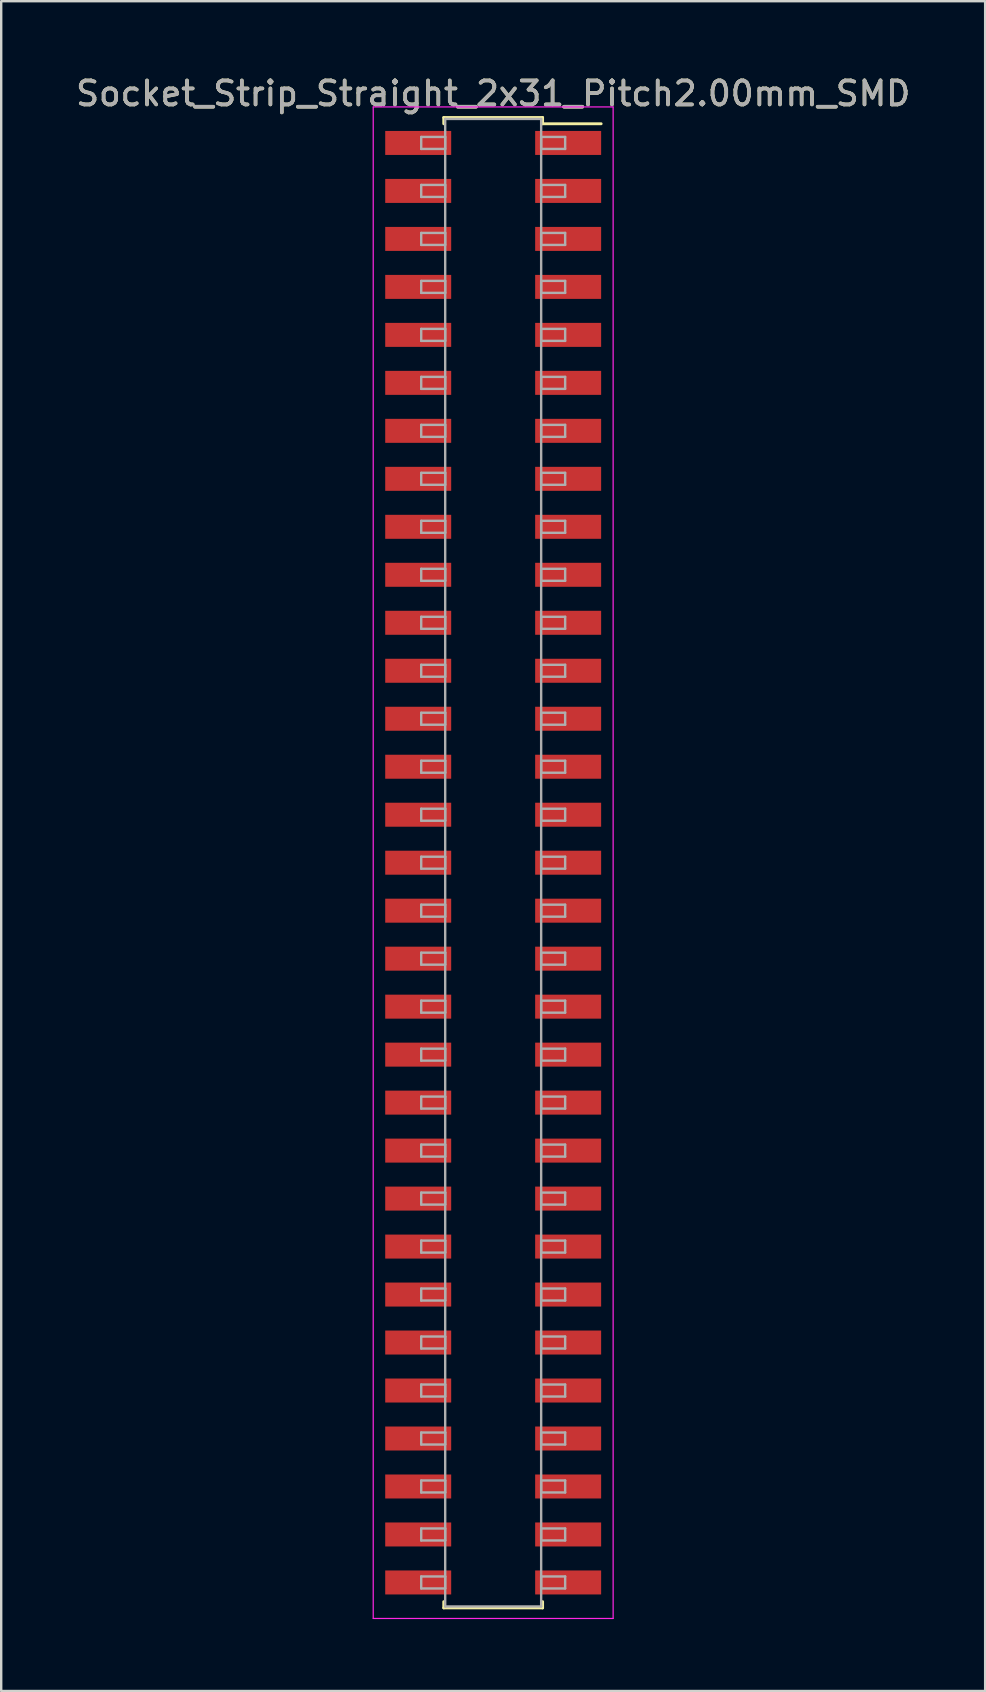
<source format=kicad_pcb>
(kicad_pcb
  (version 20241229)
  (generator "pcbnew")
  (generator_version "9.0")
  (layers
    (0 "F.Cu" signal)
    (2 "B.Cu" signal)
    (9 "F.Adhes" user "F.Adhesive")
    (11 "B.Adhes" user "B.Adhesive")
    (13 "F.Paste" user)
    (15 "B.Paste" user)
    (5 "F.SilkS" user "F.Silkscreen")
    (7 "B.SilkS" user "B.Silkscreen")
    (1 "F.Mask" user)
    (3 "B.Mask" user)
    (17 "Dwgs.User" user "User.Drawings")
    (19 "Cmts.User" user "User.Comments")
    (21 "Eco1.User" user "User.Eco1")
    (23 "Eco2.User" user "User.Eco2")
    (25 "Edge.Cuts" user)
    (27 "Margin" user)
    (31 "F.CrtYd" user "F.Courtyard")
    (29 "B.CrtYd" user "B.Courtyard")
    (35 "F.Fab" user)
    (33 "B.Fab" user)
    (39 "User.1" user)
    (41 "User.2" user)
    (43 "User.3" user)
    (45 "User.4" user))
  (footprint "Socket_Strip_Straight_2x31_Pitch2.00mm_SMD"
    (layer "F.Cu")
    (at 17.506 32.908)
    (property "Reference" "Socket_Strip_Straight_2x31_Pitch2.00mm_SMD" (at 0 -32.06 0) (layer "F.SilkS") (effects (font (size 1 1) (thickness 0.15))))
    (attr smd)
    (fp_line (start -2.06 -31.06) (end 2.06 -31.06) (stroke (width 0.12) (type solid)) (layer "F.SilkS"))
    (fp_line (start -2.06 -30.8) (end -2.06 -31.06) (stroke (width 0.12) (type solid)) (layer "F.SilkS"))
    (fp_line (start -2.06 30.8) (end -2.06 31.06) (stroke (width 0.12) (type solid)) (layer "F.SilkS"))
    (fp_line (start -2.06 31.06) (end 2.06 31.06) (stroke (width 0.12) (type solid)) (layer "F.SilkS"))
    (fp_line (start 2.06 -31.06) (end 2.06 -30.8) (stroke (width 0.12) (type solid)) (layer "F.SilkS"))
    (fp_line (start 2.06 31.06) (end 2.06 30.8) (stroke (width 0.12) (type solid)) (layer "F.SilkS"))
    (fp_line (start 4.5 -30.8) (end 2.06 -30.8) (stroke (width 0.12) (type solid)) (layer "F.SilkS"))
    (fp_line (start -5 -31.5) (end -5 31.5) (stroke (width 0.05) (type solid)) (layer "F.CrtYd"))
    (fp_line (start -5 31.5) (end 5 31.5) (stroke (width 0.05) (type solid)) (layer "F.CrtYd"))
    (fp_line (start 5 -31.5) (end -5 -31.5) (stroke (width 0.05) (type solid)) (layer "F.CrtYd"))
    (fp_line (start 5 31.5) (end 5 -31.5) (stroke (width 0.05) (type solid)) (layer "F.CrtYd"))
    (fp_line (start -3 -30.25) (end -2 -30.25) (stroke (width 0.1) (type solid)) (layer "F.Fab"))
    (fp_line (start -3 -29.75) (end -3 -30.25) (stroke (width 0.1) (type solid)) (layer "F.Fab"))
    (fp_line (start -3 -28.25) (end -2 -28.25) (stroke (width 0.1) (type solid)) (layer "F.Fab"))
    (fp_line (start -3 -27.75) (end -3 -28.25) (stroke (width 0.1) (type solid)) (layer "F.Fab"))
    (fp_line (start -3 -26.25) (end -2 -26.25) (stroke (width 0.1) (type solid)) (layer "F.Fab"))
    (fp_line (start -3 -25.75) (end -3 -26.25) (stroke (width 0.1) (type solid)) (layer "F.Fab"))
    (fp_line (start -3 -24.25) (end -2 -24.25) (stroke (width 0.1) (type solid)) (layer "F.Fab"))
    (fp_line (start -3 -23.75) (end -3 -24.25) (stroke (width 0.1) (type solid)) (layer "F.Fab"))
    (fp_line (start -3 -22.25) (end -2 -22.25) (stroke (width 0.1) (type solid)) (layer "F.Fab"))
    (fp_line (start -3 -21.75) (end -3 -22.25) (stroke (width 0.1) (type solid)) (layer "F.Fab"))
    (fp_line (start -3 -20.25) (end -2 -20.25) (stroke (width 0.1) (type solid)) (layer "F.Fab"))
    (fp_line (start -3 -19.75) (end -3 -20.25) (stroke (width 0.1) (type solid)) (layer "F.Fab"))
    (fp_line (start -3 -18.25) (end -2 -18.25) (stroke (width 0.1) (type solid)) (layer "F.Fab"))
    (fp_line (start -3 -17.75) (end -3 -18.25) (stroke (width 0.1) (type solid)) (layer "F.Fab"))
    (fp_line (start -3 -16.25) (end -2 -16.25) (stroke (width 0.1) (type solid)) (layer "F.Fab"))
    (fp_line (start -3 -15.75) (end -3 -16.25) (stroke (width 0.1) (type solid)) (layer "F.Fab"))
    (fp_line (start -3 -14.25) (end -2 -14.25) (stroke (width 0.1) (type solid)) (layer "F.Fab"))
    (fp_line (start -3 -13.75) (end -3 -14.25) (stroke (width 0.1) (type solid)) (layer "F.Fab"))
    (fp_line (start -3 -12.25) (end -2 -12.25) (stroke (width 0.1) (type solid)) (layer "F.Fab"))
    (fp_line (start -3 -11.75) (end -3 -12.25) (stroke (width 0.1) (type solid)) (layer "F.Fab"))
    (fp_line (start -3 -10.25) (end -2 -10.25) (stroke (width 0.1) (type solid)) (layer "F.Fab"))
    (fp_line (start -3 -9.75) (end -3 -10.25) (stroke (width 0.1) (type solid)) (layer "F.Fab"))
    (fp_line (start -3 -8.25) (end -2 -8.25) (stroke (width 0.1) (type solid)) (layer "F.Fab"))
    (fp_line (start -3 -7.75) (end -3 -8.25) (stroke (width 0.1) (type solid)) (layer "F.Fab"))
    (fp_line (start -3 -6.25) (end -2 -6.25) (stroke (width 0.1) (type solid)) (layer "F.Fab"))
    (fp_line (start -3 -5.75) (end -3 -6.25) (stroke (width 0.1) (type solid)) (layer "F.Fab"))
    (fp_line (start -3 -4.25) (end -2 -4.25) (stroke (width 0.1) (type solid)) (layer "F.Fab"))
    (fp_line (start -3 -3.75) (end -3 -4.25) (stroke (width 0.1) (type solid)) (layer "F.Fab"))
    (fp_line (start -3 -2.25) (end -2 -2.25) (stroke (width 0.1) (type solid)) (layer "F.Fab"))
    (fp_line (start -3 -1.75) (end -3 -2.25) (stroke (width 0.1) (type solid)) (layer "F.Fab"))
    (fp_line (start -3 -0.25) (end -2 -0.25) (stroke (width 0.1) (type solid)) (layer "F.Fab"))
    (fp_line (start -3 0.25) (end -3 -0.25) (stroke (width 0.1) (type solid)) (layer "F.Fab"))
    (fp_line (start -3 1.75) (end -2 1.75) (stroke (width 0.1) (type solid)) (layer "F.Fab"))
    (fp_line (start -3 2.25) (end -3 1.75) (stroke (width 0.1) (type solid)) (layer "F.Fab"))
    (fp_line (start -3 3.75) (end -2 3.75) (stroke (width 0.1) (type solid)) (layer "F.Fab"))
    (fp_line (start -3 4.25) (end -3 3.75) (stroke (width 0.1) (type solid)) (layer "F.Fab"))
    (fp_line (start -3 5.75) (end -2 5.75) (stroke (width 0.1) (type solid)) (layer "F.Fab"))
    (fp_line (start -3 6.25) (end -3 5.75) (stroke (width 0.1) (type solid)) (layer "F.Fab"))
    (fp_line (start -3 7.75) (end -2 7.75) (stroke (width 0.1) (type solid)) (layer "F.Fab"))
    (fp_line (start -3 8.25) (end -3 7.75) (stroke (width 0.1) (type solid)) (layer "F.Fab"))
    (fp_line (start -3 9.75) (end -2 9.75) (stroke (width 0.1) (type solid)) (layer "F.Fab"))
    (fp_line (start -3 10.25) (end -3 9.75) (stroke (width 0.1) (type solid)) (layer "F.Fab"))
    (fp_line (start -3 11.75) (end -2 11.75) (stroke (width 0.1) (type solid)) (layer "F.Fab"))
    (fp_line (start -3 12.25) (end -3 11.75) (stroke (width 0.1) (type solid)) (layer "F.Fab"))
    (fp_line (start -3 13.75) (end -2 13.75) (stroke (width 0.1) (type solid)) (layer "F.Fab"))
    (fp_line (start -3 14.25) (end -3 13.75) (stroke (width 0.1) (type solid)) (layer "F.Fab"))
    (fp_line (start -3 15.75) (end -2 15.75) (stroke (width 0.1) (type solid)) (layer "F.Fab"))
    (fp_line (start -3 16.25) (end -3 15.75) (stroke (width 0.1) (type solid)) (layer "F.Fab"))
    (fp_line (start -3 17.75) (end -2 17.75) (stroke (width 0.1) (type solid)) (layer "F.Fab"))
    (fp_line (start -3 18.25) (end -3 17.75) (stroke (width 0.1) (type solid)) (layer "F.Fab"))
    (fp_line (start -3 19.75) (end -2 19.75) (stroke (width 0.1) (type solid)) (layer "F.Fab"))
    (fp_line (start -3 20.25) (end -3 19.75) (stroke (width 0.1) (type solid)) (layer "F.Fab"))
    (fp_line (start -3 21.75) (end -2 21.75) (stroke (width 0.1) (type solid)) (layer "F.Fab"))
    (fp_line (start -3 22.25) (end -3 21.75) (stroke (width 0.1) (type solid)) (layer "F.Fab"))
    (fp_line (start -3 23.75) (end -2 23.75) (stroke (width 0.1) (type solid)) (layer "F.Fab"))
    (fp_line (start -3 24.25) (end -3 23.75) (stroke (width 0.1) (type solid)) (layer "F.Fab"))
    (fp_line (start -3 25.75) (end -2 25.75) (stroke (width 0.1) (type solid)) (layer "F.Fab"))
    (fp_line (start -3 26.25) (end -3 25.75) (stroke (width 0.1) (type solid)) (layer "F.Fab"))
    (fp_line (start -3 27.75) (end -2 27.75) (stroke (width 0.1) (type solid)) (layer "F.Fab"))
    (fp_line (start -3 28.25) (end -3 27.75) (stroke (width 0.1) (type solid)) (layer "F.Fab"))
    (fp_line (start -3 29.75) (end -2 29.75) (stroke (width 0.1) (type solid)) (layer "F.Fab"))
    (fp_line (start -3 30.25) (end -3 29.75) (stroke (width 0.1) (type solid)) (layer "F.Fab"))
    (fp_line (start -2 -31) (end -2 31) (stroke (width 0.1) (type solid)) (layer "F.Fab"))
    (fp_line (start -2 -30.25) (end -2 -29.75) (stroke (width 0.1) (type solid)) (layer "F.Fab"))
    (fp_line (start -2 -29.75) (end -3 -29.75) (stroke (width 0.1) (type solid)) (layer "F.Fab"))
    (fp_line (start -2 -28.25) (end -2 -27.75) (stroke (width 0.1) (type solid)) (layer "F.Fab"))
    (fp_line (start -2 -27.75) (end -3 -27.75) (stroke (width 0.1) (type solid)) (layer "F.Fab"))
    (fp_line (start -2 -26.25) (end -2 -25.75) (stroke (width 0.1) (type solid)) (layer "F.Fab"))
    (fp_line (start -2 -25.75) (end -3 -25.75) (stroke (width 0.1) (type solid)) (layer "F.Fab"))
    (fp_line (start -2 -24.25) (end -2 -23.75) (stroke (width 0.1) (type solid)) (layer "F.Fab"))
    (fp_line (start -2 -23.75) (end -3 -23.75) (stroke (width 0.1) (type solid)) (layer "F.Fab"))
    (fp_line (start -2 -22.25) (end -2 -21.75) (stroke (width 0.1) (type solid)) (layer "F.Fab"))
    (fp_line (start -2 -21.75) (end -3 -21.75) (stroke (width 0.1) (type solid)) (layer "F.Fab"))
    (fp_line (start -2 -20.25) (end -2 -19.75) (stroke (width 0.1) (type solid)) (layer "F.Fab"))
    (fp_line (start -2 -19.75) (end -3 -19.75) (stroke (width 0.1) (type solid)) (layer "F.Fab"))
    (fp_line (start -2 -18.25) (end -2 -17.75) (stroke (width 0.1) (type solid)) (layer "F.Fab"))
    (fp_line (start -2 -17.75) (end -3 -17.75) (stroke (width 0.1) (type solid)) (layer "F.Fab"))
    (fp_line (start -2 -16.25) (end -2 -15.75) (stroke (width 0.1) (type solid)) (layer "F.Fab"))
    (fp_line (start -2 -15.75) (end -3 -15.75) (stroke (width 0.1) (type solid)) (layer "F.Fab"))
    (fp_line (start -2 -14.25) (end -2 -13.75) (stroke (width 0.1) (type solid)) (layer "F.Fab"))
    (fp_line (start -2 -13.75) (end -3 -13.75) (stroke (width 0.1) (type solid)) (layer "F.Fab"))
    (fp_line (start -2 -12.25) (end -2 -11.75) (stroke (width 0.1) (type solid)) (layer "F.Fab"))
    (fp_line (start -2 -11.75) (end -3 -11.75) (stroke (width 0.1) (type solid)) (layer "F.Fab"))
    (fp_line (start -2 -10.25) (end -2 -9.75) (stroke (width 0.1) (type solid)) (layer "F.Fab"))
    (fp_line (start -2 -9.75) (end -3 -9.75) (stroke (width 0.1) (type solid)) (layer "F.Fab"))
    (fp_line (start -2 -8.25) (end -2 -7.75) (stroke (width 0.1) (type solid)) (layer "F.Fab"))
    (fp_line (start -2 -7.75) (end -3 -7.75) (stroke (width 0.1) (type solid)) (layer "F.Fab"))
    (fp_line (start -2 -6.25) (end -2 -5.75) (stroke (width 0.1) (type solid)) (layer "F.Fab"))
    (fp_line (start -2 -5.75) (end -3 -5.75) (stroke (width 0.1) (type solid)) (layer "F.Fab"))
    (fp_line (start -2 -4.25) (end -2 -3.75) (stroke (width 0.1) (type solid)) (layer "F.Fab"))
    (fp_line (start -2 -3.75) (end -3 -3.75) (stroke (width 0.1) (type solid)) (layer "F.Fab"))
    (fp_line (start -2 -2.25) (end -2 -1.75) (stroke (width 0.1) (type solid)) (layer "F.Fab"))
    (fp_line (start -2 -1.75) (end -3 -1.75) (stroke (width 0.1) (type solid)) (layer "F.Fab"))
    (fp_line (start -2 -0.25) (end -2 0.25) (stroke (width 0.1) (type solid)) (layer "F.Fab"))
    (fp_line (start -2 0.25) (end -3 0.25) (stroke (width 0.1) (type solid)) (layer "F.Fab"))
    (fp_line (start -2 1.75) (end -2 2.25) (stroke (width 0.1) (type solid)) (layer "F.Fab"))
    (fp_line (start -2 2.25) (end -3 2.25) (stroke (width 0.1) (type solid)) (layer "F.Fab"))
    (fp_line (start -2 3.75) (end -2 4.25) (stroke (width 0.1) (type solid)) (layer "F.Fab"))
    (fp_line (start -2 4.25) (end -3 4.25) (stroke (width 0.1) (type solid)) (layer "F.Fab"))
    (fp_line (start -2 5.75) (end -2 6.25) (stroke (width 0.1) (type solid)) (layer "F.Fab"))
    (fp_line (start -2 6.25) (end -3 6.25) (stroke (width 0.1) (type solid)) (layer "F.Fab"))
    (fp_line (start -2 7.75) (end -2 8.25) (stroke (width 0.1) (type solid)) (layer "F.Fab"))
    (fp_line (start -2 8.25) (end -3 8.25) (stroke (width 0.1) (type solid)) (layer "F.Fab"))
    (fp_line (start -2 9.75) (end -2 10.25) (stroke (width 0.1) (type solid)) (layer "F.Fab"))
    (fp_line (start -2 10.25) (end -3 10.25) (stroke (width 0.1) (type solid)) (layer "F.Fab"))
    (fp_line (start -2 11.75) (end -2 12.25) (stroke (width 0.1) (type solid)) (layer "F.Fab"))
    (fp_line (start -2 12.25) (end -3 12.25) (stroke (width 0.1) (type solid)) (layer "F.Fab"))
    (fp_line (start -2 13.75) (end -2 14.25) (stroke (width 0.1) (type solid)) (layer "F.Fab"))
    (fp_line (start -2 14.25) (end -3 14.25) (stroke (width 0.1) (type solid)) (layer "F.Fab"))
    (fp_line (start -2 15.75) (end -2 16.25) (stroke (width 0.1) (type solid)) (layer "F.Fab"))
    (fp_line (start -2 16.25) (end -3 16.25) (stroke (width 0.1) (type solid)) (layer "F.Fab"))
    (fp_line (start -2 17.75) (end -2 18.25) (stroke (width 0.1) (type solid)) (layer "F.Fab"))
    (fp_line (start -2 18.25) (end -3 18.25) (stroke (width 0.1) (type solid)) (layer "F.Fab"))
    (fp_line (start -2 19.75) (end -2 20.25) (stroke (width 0.1) (type solid)) (layer "F.Fab"))
    (fp_line (start -2 20.25) (end -3 20.25) (stroke (width 0.1) (type solid)) (layer "F.Fab"))
    (fp_line (start -2 21.75) (end -2 22.25) (stroke (width 0.1) (type solid)) (layer "F.Fab"))
    (fp_line (start -2 22.25) (end -3 22.25) (stroke (width 0.1) (type solid)) (layer "F.Fab"))
    (fp_line (start -2 23.75) (end -2 24.25) (stroke (width 0.1) (type solid)) (layer "F.Fab"))
    (fp_line (start -2 24.25) (end -3 24.25) (stroke (width 0.1) (type solid)) (layer "F.Fab"))
    (fp_line (start -2 25.75) (end -2 26.25) (stroke (width 0.1) (type solid)) (layer "F.Fab"))
    (fp_line (start -2 26.25) (end -3 26.25) (stroke (width 0.1) (type solid)) (layer "F.Fab"))
    (fp_line (start -2 27.75) (end -2 28.25) (stroke (width 0.1) (type solid)) (layer "F.Fab"))
    (fp_line (start -2 28.25) (end -3 28.25) (stroke (width 0.1) (type solid)) (layer "F.Fab"))
    (fp_line (start -2 29.75) (end -2 30.25) (stroke (width 0.1) (type solid)) (layer "F.Fab"))
    (fp_line (start -2 30.25) (end -3 30.25) (stroke (width 0.1) (type solid)) (layer "F.Fab"))
    (fp_line (start -2 31) (end 2 31) (stroke (width 0.1) (type solid)) (layer "F.Fab"))
    (fp_line (start 2 -31) (end -2 -31) (stroke (width 0.1) (type solid)) (layer "F.Fab"))
    (fp_line (start 2 -30.25) (end 2 -29.75) (stroke (width 0.1) (type solid)) (layer "F.Fab"))
    (fp_line (start 2 -29.75) (end 3 -29.75) (stroke (width 0.1) (type solid)) (layer "F.Fab"))
    (fp_line (start 2 -28.25) (end 2 -27.75) (stroke (width 0.1) (type solid)) (layer "F.Fab"))
    (fp_line (start 2 -27.75) (end 3 -27.75) (stroke (width 0.1) (type solid)) (layer "F.Fab"))
    (fp_line (start 2 -26.25) (end 2 -25.75) (stroke (width 0.1) (type solid)) (layer "F.Fab"))
    (fp_line (start 2 -25.75) (end 3 -25.75) (stroke (width 0.1) (type solid)) (layer "F.Fab"))
    (fp_line (start 2 -24.25) (end 2 -23.75) (stroke (width 0.1) (type solid)) (layer "F.Fab"))
    (fp_line (start 2 -23.75) (end 3 -23.75) (stroke (width 0.1) (type solid)) (layer "F.Fab"))
    (fp_line (start 2 -22.25) (end 2 -21.75) (stroke (width 0.1) (type solid)) (layer "F.Fab"))
    (fp_line (start 2 -21.75) (end 3 -21.75) (stroke (width 0.1) (type solid)) (layer "F.Fab"))
    (fp_line (start 2 -20.25) (end 2 -19.75) (stroke (width 0.1) (type solid)) (layer "F.Fab"))
    (fp_line (start 2 -19.75) (end 3 -19.75) (stroke (width 0.1) (type solid)) (layer "F.Fab"))
    (fp_line (start 2 -18.25) (end 2 -17.75) (stroke (width 0.1) (type solid)) (layer "F.Fab"))
    (fp_line (start 2 -17.75) (end 3 -17.75) (stroke (width 0.1) (type solid)) (layer "F.Fab"))
    (fp_line (start 2 -16.25) (end 2 -15.75) (stroke (width 0.1) (type solid)) (layer "F.Fab"))
    (fp_line (start 2 -15.75) (end 3 -15.75) (stroke (width 0.1) (type solid)) (layer "F.Fab"))
    (fp_line (start 2 -14.25) (end 2 -13.75) (stroke (width 0.1) (type solid)) (layer "F.Fab"))
    (fp_line (start 2 -13.75) (end 3 -13.75) (stroke (width 0.1) (type solid)) (layer "F.Fab"))
    (fp_line (start 2 -12.25) (end 2 -11.75) (stroke (width 0.1) (type solid)) (layer "F.Fab"))
    (fp_line (start 2 -11.75) (end 3 -11.75) (stroke (width 0.1) (type solid)) (layer "F.Fab"))
    (fp_line (start 2 -10.25) (end 2 -9.75) (stroke (width 0.1) (type solid)) (layer "F.Fab"))
    (fp_line (start 2 -9.75) (end 3 -9.75) (stroke (width 0.1) (type solid)) (layer "F.Fab"))
    (fp_line (start 2 -8.25) (end 2 -7.75) (stroke (width 0.1) (type solid)) (layer "F.Fab"))
    (fp_line (start 2 -7.75) (end 3 -7.75) (stroke (width 0.1) (type solid)) (layer "F.Fab"))
    (fp_line (start 2 -6.25) (end 2 -5.75) (stroke (width 0.1) (type solid)) (layer "F.Fab"))
    (fp_line (start 2 -5.75) (end 3 -5.75) (stroke (width 0.1) (type solid)) (layer "F.Fab"))
    (fp_line (start 2 -4.25) (end 2 -3.75) (stroke (width 0.1) (type solid)) (layer "F.Fab"))
    (fp_line (start 2 -3.75) (end 3 -3.75) (stroke (width 0.1) (type solid)) (layer "F.Fab"))
    (fp_line (start 2 -2.25) (end 2 -1.75) (stroke (width 0.1) (type solid)) (layer "F.Fab"))
    (fp_line (start 2 -1.75) (end 3 -1.75) (stroke (width 0.1) (type solid)) (layer "F.Fab"))
    (fp_line (start 2 -0.25) (end 2 0.25) (stroke (width 0.1) (type solid)) (layer "F.Fab"))
    (fp_line (start 2 0.25) (end 3 0.25) (stroke (width 0.1) (type solid)) (layer "F.Fab"))
    (fp_line (start 2 1.75) (end 2 2.25) (stroke (width 0.1) (type solid)) (layer "F.Fab"))
    (fp_line (start 2 2.25) (end 3 2.25) (stroke (width 0.1) (type solid)) (layer "F.Fab"))
    (fp_line (start 2 3.75) (end 2 4.25) (stroke (width 0.1) (type solid)) (layer "F.Fab"))
    (fp_line (start 2 4.25) (end 3 4.25) (stroke (width 0.1) (type solid)) (layer "F.Fab"))
    (fp_line (start 2 5.75) (end 2 6.25) (stroke (width 0.1) (type solid)) (layer "F.Fab"))
    (fp_line (start 2 6.25) (end 3 6.25) (stroke (width 0.1) (type solid)) (layer "F.Fab"))
    (fp_line (start 2 7.75) (end 2 8.25) (stroke (width 0.1) (type solid)) (layer "F.Fab"))
    (fp_line (start 2 8.25) (end 3 8.25) (stroke (width 0.1) (type solid)) (layer "F.Fab"))
    (fp_line (start 2 9.75) (end 2 10.25) (stroke (width 0.1) (type solid)) (layer "F.Fab"))
    (fp_line (start 2 10.25) (end 3 10.25) (stroke (width 0.1) (type solid)) (layer "F.Fab"))
    (fp_line (start 2 11.75) (end 2 12.25) (stroke (width 0.1) (type solid)) (layer "F.Fab"))
    (fp_line (start 2 12.25) (end 3 12.25) (stroke (width 0.1) (type solid)) (layer "F.Fab"))
    (fp_line (start 2 13.75) (end 2 14.25) (stroke (width 0.1) (type solid)) (layer "F.Fab"))
    (fp_line (start 2 14.25) (end 3 14.25) (stroke (width 0.1) (type solid)) (layer "F.Fab"))
    (fp_line (start 2 15.75) (end 2 16.25) (stroke (width 0.1) (type solid)) (layer "F.Fab"))
    (fp_line (start 2 16.25) (end 3 16.25) (stroke (width 0.1) (type solid)) (layer "F.Fab"))
    (fp_line (start 2 17.75) (end 2 18.25) (stroke (width 0.1) (type solid)) (layer "F.Fab"))
    (fp_line (start 2 18.25) (end 3 18.25) (stroke (width 0.1) (type solid)) (layer "F.Fab"))
    (fp_line (start 2 19.75) (end 2 20.25) (stroke (width 0.1) (type solid)) (layer "F.Fab"))
    (fp_line (start 2 20.25) (end 3 20.25) (stroke (width 0.1) (type solid)) (layer "F.Fab"))
    (fp_line (start 2 21.75) (end 2 22.25) (stroke (width 0.1) (type solid)) (layer "F.Fab"))
    (fp_line (start 2 22.25) (end 3 22.25) (stroke (width 0.1) (type solid)) (layer "F.Fab"))
    (fp_line (start 2 23.75) (end 2 24.25) (stroke (width 0.1) (type solid)) (layer "F.Fab"))
    (fp_line (start 2 24.25) (end 3 24.25) (stroke (width 0.1) (type solid)) (layer "F.Fab"))
    (fp_line (start 2 25.75) (end 2 26.25) (stroke (width 0.1) (type solid)) (layer "F.Fab"))
    (fp_line (start 2 26.25) (end 3 26.25) (stroke (width 0.1) (type solid)) (layer "F.Fab"))
    (fp_line (start 2 27.75) (end 2 28.25) (stroke (width 0.1) (type solid)) (layer "F.Fab"))
    (fp_line (start 2 28.25) (end 3 28.25) (stroke (width 0.1) (type solid)) (layer "F.Fab"))
    (fp_line (start 2 29.75) (end 2 30.25) (stroke (width 0.1) (type solid)) (layer "F.Fab"))
    (fp_line (start 2 30.25) (end 3 30.25) (stroke (width 0.1) (type solid)) (layer "F.Fab"))
    (fp_line (start 2 31) (end 2 -31) (stroke (width 0.1) (type solid)) (layer "F.Fab"))
    (fp_line (start 3 -30.25) (end 2 -30.25) (stroke (width 0.1) (type solid)) (layer "F.Fab"))
    (fp_line (start 3 -29.75) (end 3 -30.25) (stroke (width 0.1) (type solid)) (layer "F.Fab"))
    (fp_line (start 3 -28.25) (end 2 -28.25) (stroke (width 0.1) (type solid)) (layer "F.Fab"))
    (fp_line (start 3 -27.75) (end 3 -28.25) (stroke (width 0.1) (type solid)) (layer "F.Fab"))
    (fp_line (start 3 -26.25) (end 2 -26.25) (stroke (width 0.1) (type solid)) (layer "F.Fab"))
    (fp_line (start 3 -25.75) (end 3 -26.25) (stroke (width 0.1) (type solid)) (layer "F.Fab"))
    (fp_line (start 3 -24.25) (end 2 -24.25) (stroke (width 0.1) (type solid)) (layer "F.Fab"))
    (fp_line (start 3 -23.75) (end 3 -24.25) (stroke (width 0.1) (type solid)) (layer "F.Fab"))
    (fp_line (start 3 -22.25) (end 2 -22.25) (stroke (width 0.1) (type solid)) (layer "F.Fab"))
    (fp_line (start 3 -21.75) (end 3 -22.25) (stroke (width 0.1) (type solid)) (layer "F.Fab"))
    (fp_line (start 3 -20.25) (end 2 -20.25) (stroke (width 0.1) (type solid)) (layer "F.Fab"))
    (fp_line (start 3 -19.75) (end 3 -20.25) (stroke (width 0.1) (type solid)) (layer "F.Fab"))
    (fp_line (start 3 -18.25) (end 2 -18.25) (stroke (width 0.1) (type solid)) (layer "F.Fab"))
    (fp_line (start 3 -17.75) (end 3 -18.25) (stroke (width 0.1) (type solid)) (layer "F.Fab"))
    (fp_line (start 3 -16.25) (end 2 -16.25) (stroke (width 0.1) (type solid)) (layer "F.Fab"))
    (fp_line (start 3 -15.75) (end 3 -16.25) (stroke (width 0.1) (type solid)) (layer "F.Fab"))
    (fp_line (start 3 -14.25) (end 2 -14.25) (stroke (width 0.1) (type solid)) (layer "F.Fab"))
    (fp_line (start 3 -13.75) (end 3 -14.25) (stroke (width 0.1) (type solid)) (layer "F.Fab"))
    (fp_line (start 3 -12.25) (end 2 -12.25) (stroke (width 0.1) (type solid)) (layer "F.Fab"))
    (fp_line (start 3 -11.75) (end 3 -12.25) (stroke (width 0.1) (type solid)) (layer "F.Fab"))
    (fp_line (start 3 -10.25) (end 2 -10.25) (stroke (width 0.1) (type solid)) (layer "F.Fab"))
    (fp_line (start 3 -9.75) (end 3 -10.25) (stroke (width 0.1) (type solid)) (layer "F.Fab"))
    (fp_line (start 3 -8.25) (end 2 -8.25) (stroke (width 0.1) (type solid)) (layer "F.Fab"))
    (fp_line (start 3 -7.75) (end 3 -8.25) (stroke (width 0.1) (type solid)) (layer "F.Fab"))
    (fp_line (start 3 -6.25) (end 2 -6.25) (stroke (width 0.1) (type solid)) (layer "F.Fab"))
    (fp_line (start 3 -5.75) (end 3 -6.25) (stroke (width 0.1) (type solid)) (layer "F.Fab"))
    (fp_line (start 3 -4.25) (end 2 -4.25) (stroke (width 0.1) (type solid)) (layer "F.Fab"))
    (fp_line (start 3 -3.75) (end 3 -4.25) (stroke (width 0.1) (type solid)) (layer "F.Fab"))
    (fp_line (start 3 -2.25) (end 2 -2.25) (stroke (width 0.1) (type solid)) (layer "F.Fab"))
    (fp_line (start 3 -1.75) (end 3 -2.25) (stroke (width 0.1) (type solid)) (layer "F.Fab"))
    (fp_line (start 3 -0.25) (end 2 -0.25) (stroke (width 0.1) (type solid)) (layer "F.Fab"))
    (fp_line (start 3 0.25) (end 3 -0.25) (stroke (width 0.1) (type solid)) (layer "F.Fab"))
    (fp_line (start 3 1.75) (end 2 1.75) (stroke (width 0.1) (type solid)) (layer "F.Fab"))
    (fp_line (start 3 2.25) (end 3 1.75) (stroke (width 0.1) (type solid)) (layer "F.Fab"))
    (fp_line (start 3 3.75) (end 2 3.75) (stroke (width 0.1) (type solid)) (layer "F.Fab"))
    (fp_line (start 3 4.25) (end 3 3.75) (stroke (width 0.1) (type solid)) (layer "F.Fab"))
    (fp_line (start 3 5.75) (end 2 5.75) (stroke (width 0.1) (type solid)) (layer "F.Fab"))
    (fp_line (start 3 6.25) (end 3 5.75) (stroke (width 0.1) (type solid)) (layer "F.Fab"))
    (fp_line (start 3 7.75) (end 2 7.75) (stroke (width 0.1) (type solid)) (layer "F.Fab"))
    (fp_line (start 3 8.25) (end 3 7.75) (stroke (width 0.1) (type solid)) (layer "F.Fab"))
    (fp_line (start 3 9.75) (end 2 9.75) (stroke (width 0.1) (type solid)) (layer "F.Fab"))
    (fp_line (start 3 10.25) (end 3 9.75) (stroke (width 0.1) (type solid)) (layer "F.Fab"))
    (fp_line (start 3 11.75) (end 2 11.75) (stroke (width 0.1) (type solid)) (layer "F.Fab"))
    (fp_line (start 3 12.25) (end 3 11.75) (stroke (width 0.1) (type solid)) (layer "F.Fab"))
    (fp_line (start 3 13.75) (end 2 13.75) (stroke (width 0.1) (type solid)) (layer "F.Fab"))
    (fp_line (start 3 14.25) (end 3 13.75) (stroke (width 0.1) (type solid)) (layer "F.Fab"))
    (fp_line (start 3 15.75) (end 2 15.75) (stroke (width 0.1) (type solid)) (layer "F.Fab"))
    (fp_line (start 3 16.25) (end 3 15.75) (stroke (width 0.1) (type solid)) (layer "F.Fab"))
    (fp_line (start 3 17.75) (end 2 17.75) (stroke (width 0.1) (type solid)) (layer "F.Fab"))
    (fp_line (start 3 18.25) (end 3 17.75) (stroke (width 0.1) (type solid)) (layer "F.Fab"))
    (fp_line (start 3 19.75) (end 2 19.75) (stroke (width 0.1) (type solid)) (layer "F.Fab"))
    (fp_line (start 3 20.25) (end 3 19.75) (stroke (width 0.1) (type solid)) (layer "F.Fab"))
    (fp_line (start 3 21.75) (end 2 21.75) (stroke (width 0.1) (type solid)) (layer "F.Fab"))
    (fp_line (start 3 22.25) (end 3 21.75) (stroke (width 0.1) (type solid)) (layer "F.Fab"))
    (fp_line (start 3 23.75) (end 2 23.75) (stroke (width 0.1) (type solid)) (layer "F.Fab"))
    (fp_line (start 3 24.25) (end 3 23.75) (stroke (width 0.1) (type solid)) (layer "F.Fab"))
    (fp_line (start 3 25.75) (end 2 25.75) (stroke (width 0.1) (type solid)) (layer "F.Fab"))
    (fp_line (start 3 26.25) (end 3 25.75) (stroke (width 0.1) (type solid)) (layer "F.Fab"))
    (fp_line (start 3 27.75) (end 2 27.75) (stroke (width 0.1) (type solid)) (layer "F.Fab"))
    (fp_line (start 3 28.25) (end 3 27.75) (stroke (width 0.1) (type solid)) (layer "F.Fab"))
    (fp_line (start 3 29.75) (end 2 29.75) (stroke (width 0.1) (type solid)) (layer "F.Fab"))
    (fp_line (start 3 30.25) (end 3 29.75) (stroke (width 0.1) (type solid)) (layer "F.Fab"))
    (fp_text user "${REFERENCE}" (at 0 -32.06 0) (layer "F.Fab") (effects (font (size 1 1) (thickness 0.15))))
    (pad "1" smd rect (at 3.125 -30) (size 2.75 1) (layers "F.Cu" "F.Mask" "F.Paste"))
    (pad "2" smd rect (at -3.125 -30) (size 2.75 1) (layers "F.Cu" "F.Mask" "F.Paste"))
    (pad "3" smd rect (at 3.125 -28) (size 2.75 1) (layers "F.Cu" "F.Mask" "F.Paste"))
    (pad "4" smd rect (at -3.125 -28) (size 2.75 1) (layers "F.Cu" "F.Mask" "F.Paste"))
    (pad "5" smd rect (at 3.125 -26) (size 2.75 1) (layers "F.Cu" "F.Mask" "F.Paste"))
    (pad "6" smd rect (at -3.125 -26) (size 2.75 1) (layers "F.Cu" "F.Mask" "F.Paste"))
    (pad "7" smd rect (at 3.125 -24) (size 2.75 1) (layers "F.Cu" "F.Mask" "F.Paste"))
    (pad "8" smd rect (at -3.125 -24) (size 2.75 1) (layers "F.Cu" "F.Mask" "F.Paste"))
    (pad "9" smd rect (at 3.125 -22) (size 2.75 1) (layers "F.Cu" "F.Mask" "F.Paste"))
    (pad "10" smd rect (at -3.125 -22) (size 2.75 1) (layers "F.Cu" "F.Mask" "F.Paste"))
    (pad "11" smd rect (at 3.125 -20) (size 2.75 1) (layers "F.Cu" "F.Mask" "F.Paste"))
    (pad "12" smd rect (at -3.125 -20) (size 2.75 1) (layers "F.Cu" "F.Mask" "F.Paste"))
    (pad "13" smd rect (at 3.125 -18) (size 2.75 1) (layers "F.Cu" "F.Mask" "F.Paste"))
    (pad "14" smd rect (at -3.125 -18) (size 2.75 1) (layers "F.Cu" "F.Mask" "F.Paste"))
    (pad "15" smd rect (at 3.125 -16) (size 2.75 1) (layers "F.Cu" "F.Mask" "F.Paste"))
    (pad "16" smd rect (at -3.125 -16) (size 2.75 1) (layers "F.Cu" "F.Mask" "F.Paste"))
    (pad "17" smd rect (at 3.125 -14) (size 2.75 1) (layers "F.Cu" "F.Mask" "F.Paste"))
    (pad "18" smd rect (at -3.125 -14) (size 2.75 1) (layers "F.Cu" "F.Mask" "F.Paste"))
    (pad "19" smd rect (at 3.125 -12) (size 2.75 1) (layers "F.Cu" "F.Mask" "F.Paste"))
    (pad "20" smd rect (at -3.125 -12) (size 2.75 1) (layers "F.Cu" "F.Mask" "F.Paste"))
    (pad "21" smd rect (at 3.125 -10) (size 2.75 1) (layers "F.Cu" "F.Mask" "F.Paste"))
    (pad "22" smd rect (at -3.125 -10) (size 2.75 1) (layers "F.Cu" "F.Mask" "F.Paste"))
    (pad "23" smd rect (at 3.125 -8) (size 2.75 1) (layers "F.Cu" "F.Mask" "F.Paste"))
    (pad "24" smd rect (at -3.125 -8) (size 2.75 1) (layers "F.Cu" "F.Mask" "F.Paste"))
    (pad "25" smd rect (at 3.125 -6) (size 2.75 1) (layers "F.Cu" "F.Mask" "F.Paste"))
    (pad "26" smd rect (at -3.125 -6) (size 2.75 1) (layers "F.Cu" "F.Mask" "F.Paste"))
    (pad "27" smd rect (at 3.125 -4) (size 2.75 1) (layers "F.Cu" "F.Mask" "F.Paste"))
    (pad "28" smd rect (at -3.125 -4) (size 2.75 1) (layers "F.Cu" "F.Mask" "F.Paste"))
    (pad "29" smd rect (at 3.125 -2) (size 2.75 1) (layers "F.Cu" "F.Mask" "F.Paste"))
    (pad "30" smd rect (at -3.125 -2) (size 2.75 1) (layers "F.Cu" "F.Mask" "F.Paste"))
    (pad "31" smd rect (at 3.125 0) (size 2.75 1) (layers "F.Cu" "F.Mask" "F.Paste"))
    (pad "32" smd rect (at -3.125 0) (size 2.75 1) (layers "F.Cu" "F.Mask" "F.Paste"))
    (pad "33" smd rect (at 3.125 2) (size 2.75 1) (layers "F.Cu" "F.Mask" "F.Paste"))
    (pad "34" smd rect (at -3.125 2) (size 2.75 1) (layers "F.Cu" "F.Mask" "F.Paste"))
    (pad "35" smd rect (at 3.125 4) (size 2.75 1) (layers "F.Cu" "F.Mask" "F.Paste"))
    (pad "36" smd rect (at -3.125 4) (size 2.75 1) (layers "F.Cu" "F.Mask" "F.Paste"))
    (pad "37" smd rect (at 3.125 6) (size 2.75 1) (layers "F.Cu" "F.Mask" "F.Paste"))
    (pad "38" smd rect (at -3.125 6) (size 2.75 1) (layers "F.Cu" "F.Mask" "F.Paste"))
    (pad "39" smd rect (at 3.125 8) (size 2.75 1) (layers "F.Cu" "F.Mask" "F.Paste"))
    (pad "40" smd rect (at -3.125 8) (size 2.75 1) (layers "F.Cu" "F.Mask" "F.Paste"))
    (pad "41" smd rect (at 3.125 10) (size 2.75 1) (layers "F.Cu" "F.Mask" "F.Paste"))
    (pad "42" smd rect (at -3.125 10) (size 2.75 1) (layers "F.Cu" "F.Mask" "F.Paste"))
    (pad "43" smd rect (at 3.125 12) (size 2.75 1) (layers "F.Cu" "F.Mask" "F.Paste"))
    (pad "44" smd rect (at -3.125 12) (size 2.75 1) (layers "F.Cu" "F.Mask" "F.Paste"))
    (pad "45" smd rect (at 3.125 14) (size 2.75 1) (layers "F.Cu" "F.Mask" "F.Paste"))
    (pad "46" smd rect (at -3.125 14) (size 2.75 1) (layers "F.Cu" "F.Mask" "F.Paste"))
    (pad "47" smd rect (at 3.125 16) (size 2.75 1) (layers "F.Cu" "F.Mask" "F.Paste"))
    (pad "48" smd rect (at -3.125 16) (size 2.75 1) (layers "F.Cu" "F.Mask" "F.Paste"))
    (pad "49" smd rect (at 3.125 18) (size 2.75 1) (layers "F.Cu" "F.Mask" "F.Paste"))
    (pad "50" smd rect (at -3.125 18) (size 2.75 1) (layers "F.Cu" "F.Mask" "F.Paste"))
    (pad "51" smd rect (at 3.125 20) (size 2.75 1) (layers "F.Cu" "F.Mask" "F.Paste"))
    (pad "52" smd rect (at -3.125 20) (size 2.75 1) (layers "F.Cu" "F.Mask" "F.Paste"))
    (pad "53" smd rect (at 3.125 22) (size 2.75 1) (layers "F.Cu" "F.Mask" "F.Paste"))
    (pad "54" smd rect (at -3.125 22) (size 2.75 1) (layers "F.Cu" "F.Mask" "F.Paste"))
    (pad "55" smd rect (at 3.125 24) (size 2.75 1) (layers "F.Cu" "F.Mask" "F.Paste"))
    (pad "56" smd rect (at -3.125 24) (size 2.75 1) (layers "F.Cu" "F.Mask" "F.Paste"))
    (pad "57" smd rect (at 3.125 26) (size 2.75 1) (layers "F.Cu" "F.Mask" "F.Paste"))
    (pad "58" smd rect (at -3.125 26) (size 2.75 1) (layers "F.Cu" "F.Mask" "F.Paste"))
    (pad "59" smd rect (at 3.125 28) (size 2.75 1) (layers "F.Cu" "F.Mask" "F.Paste"))
    (pad "60" smd rect (at -3.125 28) (size 2.75 1) (layers "F.Cu" "F.Mask" "F.Paste"))
    (pad "61" smd rect (at 3.125 30) (size 2.75 1) (layers "F.Cu" "F.Mask" "F.Paste"))
    (pad "62" smd rect (at -3.125 30) (size 2.75 1) (layers "F.Cu" "F.Mask" "F.Paste")))
  (gr_rect
    (start -3 -3)
    (end 38.012 67.433)
    (stroke (width 0.1) (type default))
    (fill no)
    (layer "Edge.Cuts")))
</source>
